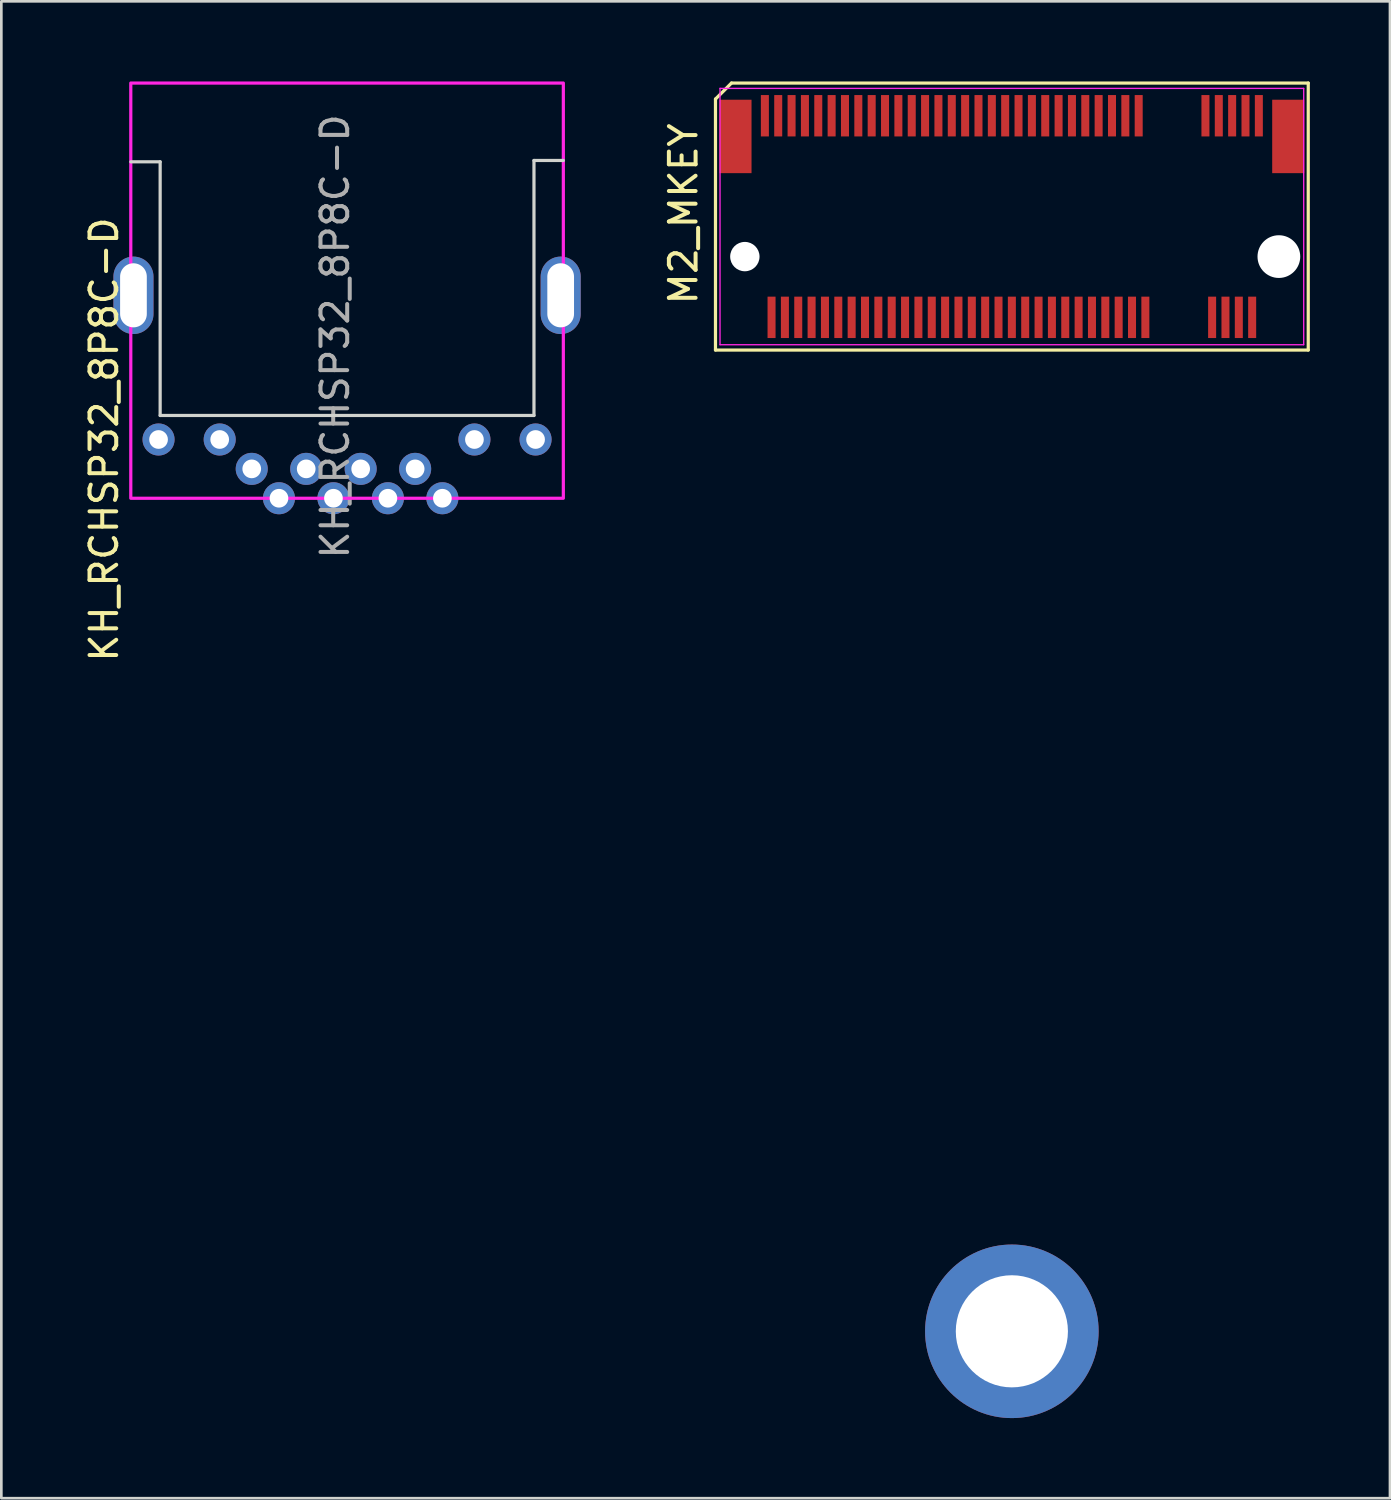
<source format=kicad_pcb>
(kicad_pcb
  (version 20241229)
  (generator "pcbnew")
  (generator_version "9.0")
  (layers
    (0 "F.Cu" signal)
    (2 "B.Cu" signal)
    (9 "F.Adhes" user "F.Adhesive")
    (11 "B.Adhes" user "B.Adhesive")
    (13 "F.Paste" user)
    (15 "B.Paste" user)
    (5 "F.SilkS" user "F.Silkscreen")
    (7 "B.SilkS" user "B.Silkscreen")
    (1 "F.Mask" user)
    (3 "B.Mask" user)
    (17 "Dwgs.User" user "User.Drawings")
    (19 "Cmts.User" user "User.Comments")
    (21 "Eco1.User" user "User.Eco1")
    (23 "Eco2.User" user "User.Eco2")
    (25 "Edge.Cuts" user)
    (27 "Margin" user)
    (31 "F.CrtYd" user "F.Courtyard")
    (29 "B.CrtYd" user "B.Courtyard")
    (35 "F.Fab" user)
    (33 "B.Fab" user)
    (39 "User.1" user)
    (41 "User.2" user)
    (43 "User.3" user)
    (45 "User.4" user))
  (footprint "KH_RCHSP32_8P8C-D"
    (layer "F.Cu")
    (at 9.948 14.51)
    (property "Reference" "KH_RCHSP32_8P8C-D" (at -9.1 -1.1 90) (layer "F.SilkS") (effects (font (size 1 1) (thickness 0.15))))
    (attr through_hole)
    (fp_line (start -7 -11.5) (end -8.1 -11.5) (stroke (width 0.12) (type solid)) (layer "Edge.Cuts"))
    (fp_line (start -7 -2) (end -7 -11.5) (stroke (width 0.12) (type solid)) (layer "Edge.Cuts"))
    (fp_line (start 7 -11.55) (end 7 -2) (stroke (width 0.12) (type solid)) (layer "Edge.Cuts"))
    (fp_line (start 7 -2) (end -7 -2) (stroke (width 0.12) (type solid)) (layer "Edge.Cuts"))
    (fp_line (start 8.1 -11.55) (end 7 -11.55) (stroke (width 0.12) (type solid)) (layer "Edge.Cuts"))
    (fp_rect (start -8.1 -14.45) (end 8.1 1.1) (stroke (width 0.12) (type solid)) (fill no) (layer "F.CrtYd"))
    (fp_text user "${REFERENCE}" (at -0.45 -4.96 270) (layer "F.Fab") (effects (font (size 1 1) (thickness 0.15))))
    (pad "1" thru_hole circle (at -3.57 0 180) (size 1.2 1.2) (drill 0.7) (layers "*.Cu" "*.Mask"))
    (pad "2" thru_hole circle (at -2.55 1.1 180) (size 1.2 1.2) (drill 0.7) (layers "*.Cu" "*.Mask"))
    (pad "3" thru_hole circle (at -1.53 0 180) (size 1.2 1.2) (drill 0.7) (layers "*.Cu" "*.Mask"))
    (pad "4" thru_hole circle (at -0.51 1.1 180) (size 1.2 1.2) (drill 0.7) (layers "*.Cu" "*.Mask"))
    (pad "5" thru_hole circle (at 0.51 0 180) (size 1.2 1.2) (drill 0.7) (layers "*.Cu" "*.Mask"))
    (pad "6" thru_hole circle (at 1.53 1.1 180) (size 1.2 1.2) (drill 0.7) (layers "*.Cu" "*.Mask"))
    (pad "7" thru_hole circle (at 2.55 0 180) (size 1.2 1.2) (drill 0.7) (layers "*.Cu" "*.Mask"))
    (pad "8" thru_hole circle (at 3.57 1.1 180) (size 1.2 1.2) (drill 0.7) (layers "*.Cu" "*.Mask"))
    (pad "9" thru_hole circle (at -7.06 -1.1 180) (size 1.2 1.2) (drill 0.7) (layers "*.Cu" "*.Mask"))
    (pad "10" thru_hole circle (at -4.77 -1.1 180) (size 1.2 1.2) (drill 0.7) (layers "*.Cu" "*.Mask"))
    (pad "11" thru_hole circle (at 4.77 -1.1 180) (size 1.2 1.2) (drill 0.7) (layers "*.Cu" "*.Mask"))
    (pad "12" thru_hole circle (at 7.06 -1.1 180) (size 1.2 1.2) (drill 0.7) (layers "*.Cu" "*.Mask"))
    (pad "SH" thru_hole oval (at -8 -6.5 180) (size 1.5 2.9) (drill oval 1 2.4) (layers "*.Cu" "*.Mask"))
    (pad "SH" thru_hole oval (at 8 -6.5 180) (size 1.5 2.9) (drill oval 1 2.4) (layers "*.Cu" "*.Mask")))
  (footprint "M2_MKEY"
    (layer "F.Cu")
    (at 34.846 5.06)
    (property "Reference" "M2_MKEY" (at -12.3 -0.1 90) (layer "F.SilkS") (effects (font (size 1 1) (thickness 0.15))))
    (attr smd)
    (fp_line (start -11.1 5) (end -11.1 -4.4) (stroke (width 0.12) (type solid)) (layer "F.SilkS"))
    (fp_line (start -10.5 -5) (end -11.1 -4.4) (stroke (width 0.12) (type solid)) (layer "F.SilkS"))
    (fp_line (start -10.5 -5) (end 11.1 -5) (stroke (width 0.12) (type solid)) (layer "F.SilkS"))
    (fp_line (start 11.1 -5) (end 11.1 5) (stroke (width 0.12) (type solid)) (layer "F.SilkS"))
    (fp_line (start 11.1 5) (end -11.1 5) (stroke (width 0.12) (type solid)) (layer "F.SilkS"))
    (fp_line (start -10.93 -4.8) (end 10.93 -4.8) (stroke (width 0.05) (type solid)) (layer "F.CrtYd"))
    (fp_line (start -10.93 4.8) (end -10.93 -4.8) (stroke (width 0.05) (type solid)) (layer "F.CrtYd"))
    (fp_line (start 10.93 -4.8) (end 10.93 4.8) (stroke (width 0.05) (type solid)) (layer "F.CrtYd"))
    (fp_line (start 10.93 4.8) (end -10.93 4.8) (stroke (width 0.05) (type solid)) (layer "F.CrtYd"))
    (pad "" np_thru_hole circle (at -10 1.5) (size 1.1 1.1) (drill 1.1) (layers "*.Cu" "*.Mask"))
    (pad "" np_thru_hole circle (at 10 1.5) (size 1.6 1.6) (drill 1.6) (layers "*.Cu" "*.Mask"))
    (pad "1" smd rect (at -9.25 -3.775) (size 0.3 1.55) (layers "F.Cu" "F.Mask" "F.Paste"))
    (pad "2" smd rect (at -9 3.775) (size 0.3 1.55) (layers "F.Cu" "F.Mask" "F.Paste"))
    (pad "3" smd rect (at -8.75 -3.775) (size 0.3 1.55) (layers "F.Cu" "F.Mask" "F.Paste"))
    (pad "4" smd rect (at -8.5 3.775) (size 0.3 1.55) (layers "F.Cu" "F.Mask" "F.Paste"))
    (pad "5" smd rect (at -8.25 -3.775) (size 0.3 1.55) (layers "F.Cu" "F.Mask" "F.Paste"))
    (pad "6" smd rect (at -8 3.775) (size 0.3 1.55) (layers "F.Cu" "F.Mask" "F.Paste"))
    (pad "7" smd rect (at -7.75 -3.775) (size 0.3 1.55) (layers "F.Cu" "F.Mask" "F.Paste"))
    (pad "8" smd rect (at -7.5 3.775) (size 0.3 1.55) (layers "F.Cu" "F.Mask" "F.Paste"))
    (pad "9" smd rect (at -7.25 -3.775) (size 0.3 1.55) (layers "F.Cu" "F.Mask" "F.Paste"))
    (pad "10" smd rect (at -7 3.775) (size 0.3 1.55) (layers "F.Cu" "F.Mask" "F.Paste"))
    (pad "11" smd rect (at -6.75 -3.775) (size 0.3 1.55) (layers "F.Cu" "F.Mask" "F.Paste"))
    (pad "12" smd rect (at -6.5 3.775) (size 0.3 1.55) (layers "F.Cu" "F.Mask" "F.Paste"))
    (pad "13" smd rect (at -6.25 -3.775) (size 0.3 1.55) (layers "F.Cu" "F.Mask" "F.Paste"))
    (pad "14" smd rect (at -6 3.775) (size 0.3 1.55) (layers "F.Cu" "F.Mask" "F.Paste"))
    (pad "15" smd rect (at -5.75 -3.775) (size 0.3 1.55) (layers "F.Cu" "F.Mask" "F.Paste"))
    (pad "16" smd rect (at -5.5 3.775) (size 0.3 1.55) (layers "F.Cu" "F.Mask" "F.Paste"))
    (pad "17" smd rect (at -5.25 -3.775) (size 0.3 1.55) (layers "F.Cu" "F.Mask" "F.Paste"))
    (pad "18" smd rect (at -5 3.775) (size 0.3 1.55) (layers "F.Cu" "F.Mask" "F.Paste"))
    (pad "19" smd rect (at -4.75 -3.775) (size 0.3 1.55) (layers "F.Cu" "F.Mask" "F.Paste"))
    (pad "20" smd rect (at -4.5 3.775) (size 0.3 1.55) (layers "F.Cu" "F.Mask" "F.Paste"))
    (pad "21" smd rect (at -4.25 -3.775) (size 0.3 1.55) (layers "F.Cu" "F.Mask" "F.Paste"))
    (pad "22" smd rect (at -4 3.775) (size 0.3 1.55) (layers "F.Cu" "F.Mask" "F.Paste"))
    (pad "23" smd rect (at -3.75 -3.775) (size 0.3 1.55) (layers "F.Cu" "F.Mask" "F.Paste"))
    (pad "24" smd rect (at -3.5 3.775) (size 0.3 1.55) (layers "F.Cu" "F.Mask" "F.Paste"))
    (pad "25" smd rect (at -3.25 -3.775) (size 0.3 1.55) (layers "F.Cu" "F.Mask" "F.Paste"))
    (pad "26" smd rect (at -3 3.775) (size 0.3 1.55) (layers "F.Cu" "F.Mask" "F.Paste"))
    (pad "27" smd rect (at -2.75 -3.775) (size 0.3 1.55) (layers "F.Cu" "F.Mask" "F.Paste"))
    (pad "28" smd rect (at -2.5 3.775) (size 0.3 1.55) (layers "F.Cu" "F.Mask" "F.Paste"))
    (pad "29" smd rect (at -2.25 -3.775) (size 0.3 1.55) (layers "F.Cu" "F.Mask" "F.Paste"))
    (pad "30" smd rect (at -2 3.775) (size 0.3 1.55) (layers "F.Cu" "F.Mask" "F.Paste"))
    (pad "31" smd rect (at -1.75 -3.775) (size 0.3 1.55) (layers "F.Cu" "F.Mask" "F.Paste"))
    (pad "32" smd rect (at -1.5 3.775) (size 0.3 1.55) (layers "F.Cu" "F.Mask" "F.Paste"))
    (pad "33" smd rect (at -1.25 -3.775) (size 0.3 1.55) (layers "F.Cu" "F.Mask" "F.Paste"))
    (pad "34" smd rect (at -1 3.775) (size 0.3 1.55) (layers "F.Cu" "F.Mask" "F.Paste"))
    (pad "35" smd rect (at -0.75 -3.775) (size 0.3 1.55) (layers "F.Cu" "F.Mask" "F.Paste"))
    (pad "36" smd rect (at -0.5 3.775) (size 0.3 1.55) (layers "F.Cu" "F.Mask" "F.Paste"))
    (pad "37" smd rect (at -0.25 -3.775) (size 0.3 1.55) (layers "F.Cu" "F.Mask" "F.Paste"))
    (pad "38" smd rect (at 0 3.775) (size 0.3 1.55) (layers "F.Cu" "F.Mask" "F.Paste"))
    (pad "39" smd rect (at 0.25 -3.775) (size 0.3 1.55) (layers "F.Cu" "F.Mask" "F.Paste"))
    (pad "40" smd rect (at 0.5 3.775) (size 0.3 1.55) (layers "F.Cu" "F.Mask" "F.Paste"))
    (pad "41" smd rect (at 0.75 -3.775) (size 0.3 1.55) (layers "F.Cu" "F.Mask" "F.Paste"))
    (pad "42" smd rect (at 1 3.775) (size 0.3 1.55) (layers "F.Cu" "F.Mask" "F.Paste"))
    (pad "43" smd rect (at 1.25 -3.775) (size 0.3 1.55) (layers "F.Cu" "F.Mask" "F.Paste"))
    (pad "44" smd rect (at 1.5 3.775) (size 0.3 1.55) (layers "F.Cu" "F.Mask" "F.Paste"))
    (pad "45" smd rect (at 1.75 -3.775) (size 0.3 1.55) (layers "F.Cu" "F.Mask" "F.Paste"))
    (pad "46" smd rect (at 2 3.775) (size 0.3 1.55) (layers "F.Cu" "F.Mask" "F.Paste"))
    (pad "47" smd rect (at 2.25 -3.775) (size 0.3 1.55) (layers "F.Cu" "F.Mask" "F.Paste"))
    (pad "48" smd rect (at 2.5 3.775) (size 0.3 1.55) (layers "F.Cu" "F.Mask" "F.Paste"))
    (pad "49" smd rect (at 2.75 -3.775) (size 0.3 1.55) (layers "F.Cu" "F.Mask" "F.Paste"))
    (pad "50" smd rect (at 3 3.775) (size 0.3 1.55) (layers "F.Cu" "F.Mask" "F.Paste"))
    (pad "51" smd rect (at 3.25 -3.775) (size 0.3 1.55) (layers "F.Cu" "F.Mask" "F.Paste"))
    (pad "52" smd rect (at 3.5 3.775) (size 0.3 1.55) (layers "F.Cu" "F.Mask" "F.Paste"))
    (pad "53" smd rect (at 3.75 -3.775) (size 0.3 1.55) (layers "F.Cu" "F.Mask" "F.Paste"))
    (pad "54" smd rect (at 4 3.775) (size 0.3 1.55) (layers "F.Cu" "F.Mask" "F.Paste"))
    (pad "55" smd rect (at 4.25 -3.775) (size 0.3 1.55) (layers "F.Cu" "F.Mask" "F.Paste"))
    (pad "56" smd rect (at 4.5 3.775) (size 0.3 1.55) (layers "F.Cu" "F.Mask" "F.Paste"))
    (pad "57" smd rect (at 4.75 -3.775) (size 0.3 1.55) (layers "F.Cu" "F.Mask" "F.Paste"))
    (pad "58" smd rect (at 5 3.775) (size 0.3 1.55) (layers "F.Cu" "F.Mask" "F.Paste"))
    (pad "59" thru_hole circle (at 0 41.75) (size 6.5 6.5) (drill 4.2) (layers "*.Cu" "*.Mask"))
    (pad "67" smd rect (at 7.25 -3.775) (size 0.3 1.55) (layers "F.Cu" "F.Mask" "F.Paste"))
    (pad "68" smd rect (at 7.5 3.775) (size 0.3 1.55) (layers "F.Cu" "F.Mask" "F.Paste"))
    (pad "69" smd rect (at 7.75 -3.775) (size 0.3 1.55) (layers "F.Cu" "F.Mask" "F.Paste"))
    (pad "70" smd rect (at 8 3.775) (size 0.3 1.55) (layers "F.Cu" "F.Mask" "F.Paste"))
    (pad "71" smd rect (at 8.25 -3.775) (size 0.3 1.55) (layers "F.Cu" "F.Mask" "F.Paste"))
    (pad "72" smd rect (at 8.5 3.775) (size 0.3 1.55) (layers "F.Cu" "F.Mask" "F.Paste"))
    (pad "73" smd rect (at 8.75 -3.775) (size 0.3 1.55) (layers "F.Cu" "F.Mask" "F.Paste"))
    (pad "74" smd rect (at 9 3.775) (size 0.3 1.55) (layers "F.Cu" "F.Mask" "F.Paste"))
    (pad "75" smd rect (at 9.25 -3.775) (size 0.3 1.55) (layers "F.Cu" "F.Mask" "F.Paste"))
    (pad "MP" smd rect (at -10.35 -3) (size 1.2 2.75) (layers "F.Cu" "F.Mask" "F.Paste"))
    (pad "MP" smd rect (at 10.35 -3) (size 1.2 2.75) (layers "F.Cu" "F.Mask" "F.Paste")))
  (gr_rect
    (start -3 -3)
    (end 49.007 53.06)
    (stroke (width 0.1) (type default))
    (fill no)
    (layer "Edge.Cuts")))
</source>
